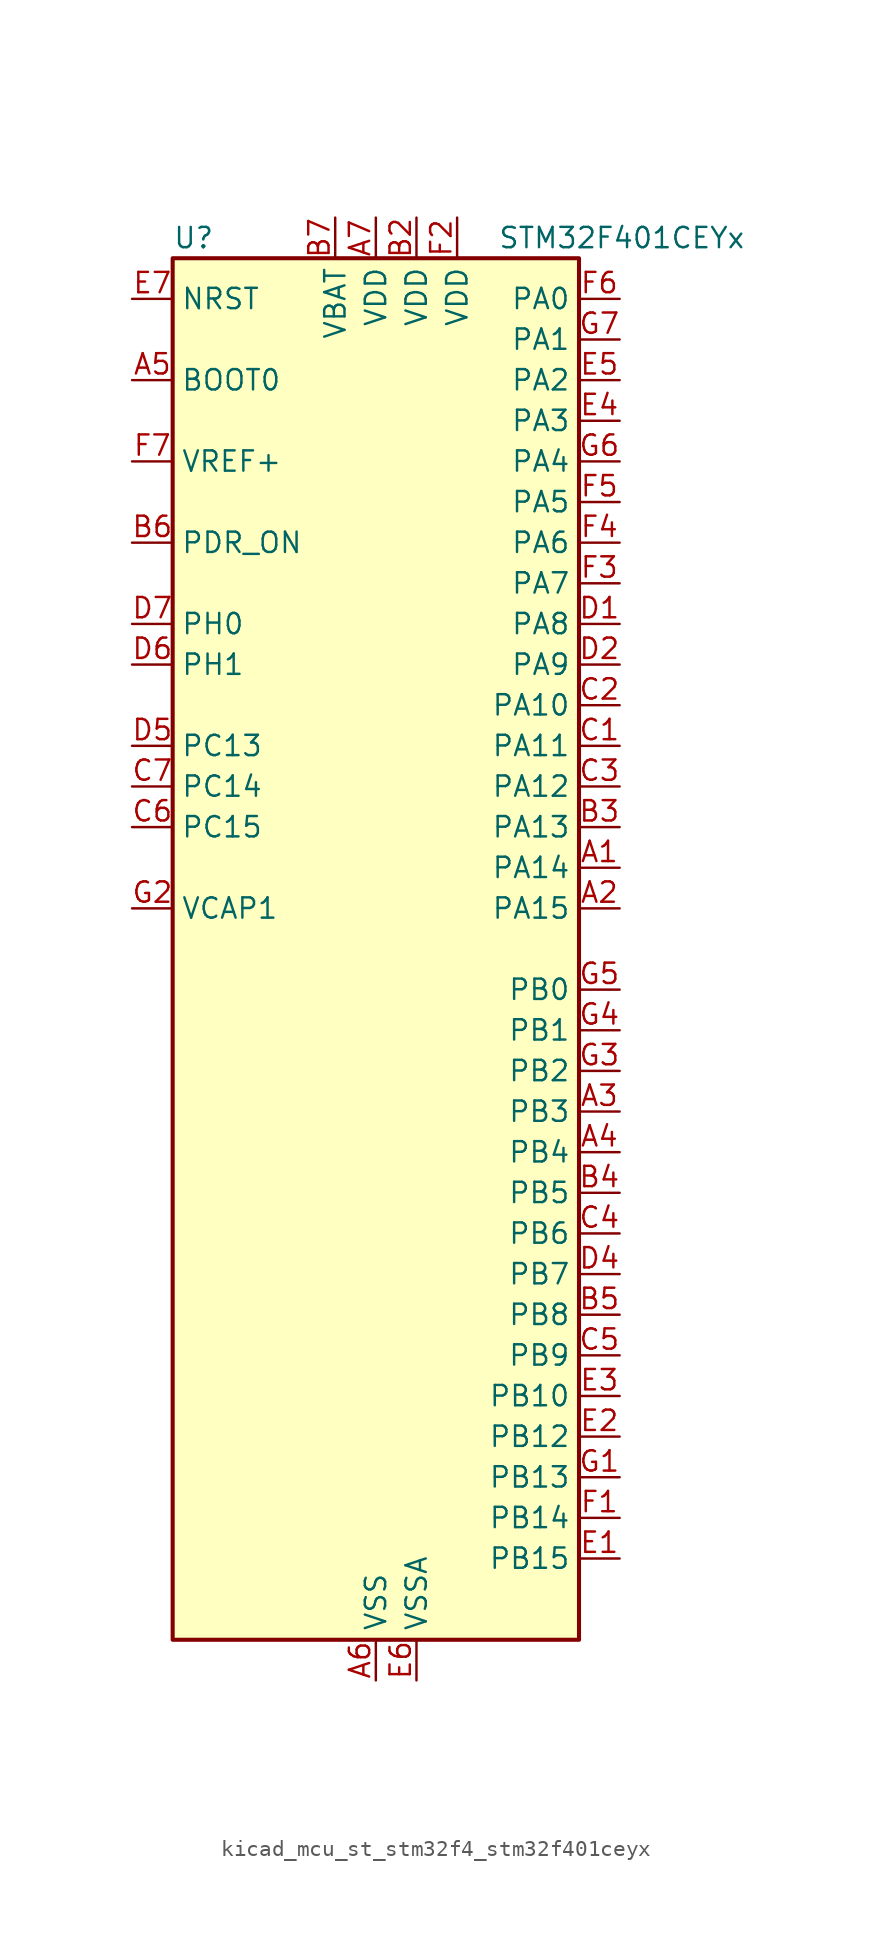
<source format=kicad_sym>
(kicad_symbol_lib
  (version 20220914)
  (generator kicad_symbol_editor)
  (symbol "kicad_mcu_st_stm32f4_stm32f401ceyx"
    (property "Reference" "U"
      (at -12.7 44.45 0)
      (effects (font (size 1.27 1.27)) (justify left)))
    (property "Value" "STM32F401CEYx"
      (at 7.62 44.45 0)
      (effects (font (size 1.27 1.27)) (justify left)))
    (property "ki_locked" ""
      (at 0 0 0)
      (effects (font (size 1.27 1.27))))
    (symbol "kicad_mcu_st_stm32f4_stm32f401ceyx_0_1"
      (rectangle (start -12.7 -43.18) (end 12.7 43.18) (stroke (width 0.254) (type default)) (fill (type background))))
    (symbol "kicad_mcu_st_stm32f4_stm32f401ceyx_1_1"
      (pin bidirectional line (at 15.24 5.08 180) (length 2.54) (name "PA14" (effects (font (size 1.27 1.27)))) (number "A1" (effects (font (size 1.27 1.27)))) (alternate "SYS_JTCK-SWCLK" bidirectional line))
      (pin bidirectional line (at 15.24 2.54 180) (length 2.54) (name "PA15" (effects (font (size 1.27 1.27)))) (number "A2" (effects (font (size 1.27 1.27)))) (alternate "ADC1_EXTI15" bidirectional line) (alternate "I2S3_WS" bidirectional line) (alternate "SPI1_NSS" bidirectional line) (alternate "SPI3_NSS" bidirectional line) (alternate "SYS_JTDI" bidirectional line) (alternate "TIM2_CH1" bidirectional line) (alternate "TIM2_ETR" bidirectional line))
      (pin bidirectional line (at 15.24 -10.16 180) (length 2.54) (name "PB3" (effects (font (size 1.27 1.27)))) (number "A3" (effects (font (size 1.27 1.27)))) (alternate "I2C2_SDA" bidirectional line) (alternate "I2S3_CK" bidirectional line) (alternate "SPI1_SCK" bidirectional line) (alternate "SPI3_SCK" bidirectional line) (alternate "SYS_JTDO-SWO" bidirectional line) (alternate "TIM2_CH2" bidirectional line))
      (pin bidirectional line (at 15.24 -12.7 180) (length 2.54) (name "PB4" (effects (font (size 1.27 1.27)))) (number "A4" (effects (font (size 1.27 1.27)))) (alternate "I2C3_SDA" bidirectional line) (alternate "I2S3_ext_SD" bidirectional line) (alternate "SPI1_MISO" bidirectional line) (alternate "SPI3_MISO" bidirectional line) (alternate "SYS_JTRST" bidirectional line) (alternate "TIM3_CH1" bidirectional line))
      (pin input line (at -15.24 35.56 0) (length 2.54) (name "BOOT0" (effects (font (size 1.27 1.27)))) (number "A5" (effects (font (size 1.27 1.27)))))
      (pin power_in line (at 0 -45.72 90) (length 2.54) (name "VSS" (effects (font (size 1.27 1.27)))) (number "A6" (effects (font (size 1.27 1.27)))))
      (pin power_in line (at 0 45.72 270) (length 2.54) (name "VDD" (effects (font (size 1.27 1.27)))) (number "A7" (effects (font (size 1.27 1.27)))))
      (pin passive line (at 0 -45.72 90) (length 2.54) hide (name "VSS" (effects (font (size 1.27 1.27)))) (number "B1" (effects (font (size 1.27 1.27)))))
      (pin power_in line (at 2.54 45.72 270) (length 2.54) (name "VDD" (effects (font (size 1.27 1.27)))) (number "B2" (effects (font (size 1.27 1.27)))))
      (pin bidirectional line (at 15.24 7.62 180) (length 2.54) (name "PA13" (effects (font (size 1.27 1.27)))) (number "B3" (effects (font (size 1.27 1.27)))) (alternate "SYS_JTMS-SWDIO" bidirectional line))
      (pin bidirectional line (at 15.24 -15.24 180) (length 2.54) (name "PB5" (effects (font (size 1.27 1.27)))) (number "B4" (effects (font (size 1.27 1.27)))) (alternate "I2C1_SMBA" bidirectional line) (alternate "I2S3_SD" bidirectional line) (alternate "SPI1_MOSI" bidirectional line) (alternate "SPI3_MOSI" bidirectional line) (alternate "TIM3_CH2" bidirectional line))
      (pin bidirectional line (at 15.24 -22.86 180) (length 2.54) (name "PB8" (effects (font (size 1.27 1.27)))) (number "B5" (effects (font (size 1.27 1.27)))) (alternate "I2C1_SCL" bidirectional line) (alternate "TIM10_CH1" bidirectional line) (alternate "TIM4_CH3" bidirectional line))
      (pin input line (at -15.24 25.4 0) (length 2.54) (name "PDR_ON" (effects (font (size 1.27 1.27)))) (number "B6" (effects (font (size 1.27 1.27)))))
      (pin power_in line (at -2.54 45.72 270) (length 2.54) (name "VBAT" (effects (font (size 1.27 1.27)))) (number "B7" (effects (font (size 1.27 1.27)))))
      (pin bidirectional line (at 15.24 12.7 180) (length 2.54) (name "PA11" (effects (font (size 1.27 1.27)))) (number "C1" (effects (font (size 1.27 1.27)))) (alternate "ADC1_EXTI11" bidirectional line) (alternate "TIM1_CH4" bidirectional line) (alternate "USART1_CTS" bidirectional line) (alternate "USART6_TX" bidirectional line) (alternate "USB_OTG_FS_DM" bidirectional line))
      (pin bidirectional line (at 15.24 15.24 180) (length 2.54) (name "PA10" (effects (font (size 1.27 1.27)))) (number "C2" (effects (font (size 1.27 1.27)))) (alternate "TIM1_CH3" bidirectional line) (alternate "USART1_RX" bidirectional line) (alternate "USB_OTG_FS_ID" bidirectional line))
      (pin bidirectional line (at 15.24 10.16 180) (length 2.54) (name "PA12" (effects (font (size 1.27 1.27)))) (number "C3" (effects (font (size 1.27 1.27)))) (alternate "TIM1_ETR" bidirectional line) (alternate "USART1_RTS" bidirectional line) (alternate "USART6_RX" bidirectional line) (alternate "USB_OTG_FS_DP" bidirectional line))
      (pin bidirectional line (at 15.24 -17.78 180) (length 2.54) (name "PB6" (effects (font (size 1.27 1.27)))) (number "C4" (effects (font (size 1.27 1.27)))) (alternate "I2C1_SCL" bidirectional line) (alternate "TIM4_CH1" bidirectional line) (alternate "USART1_TX" bidirectional line))
      (pin bidirectional line (at 15.24 -25.4 180) (length 2.54) (name "PB9" (effects (font (size 1.27 1.27)))) (number "C5" (effects (font (size 1.27 1.27)))) (alternate "I2C1_SDA" bidirectional line) (alternate "I2S2_WS" bidirectional line) (alternate "SPI2_NSS" bidirectional line) (alternate "TIM11_CH1" bidirectional line) (alternate "TIM4_CH4" bidirectional line))
      (pin bidirectional line (at -15.24 7.62 0) (length 2.54) (name "PC15" (effects (font (size 1.27 1.27)))) (number "C6" (effects (font (size 1.27 1.27)))) (alternate "ADC1_EXTI15" bidirectional line) (alternate "RCC_OSC32_OUT" bidirectional line))
      (pin bidirectional line (at -15.24 10.16 0) (length 2.54) (name "PC14" (effects (font (size 1.27 1.27)))) (number "C7" (effects (font (size 1.27 1.27)))) (alternate "RCC_OSC32_IN" bidirectional line))
      (pin bidirectional line (at 15.24 20.32 180) (length 2.54) (name "PA8" (effects (font (size 1.27 1.27)))) (number "D1" (effects (font (size 1.27 1.27)))) (alternate "I2C3_SCL" bidirectional line) (alternate "RCC_MCO_1" bidirectional line) (alternate "TIM1_CH1" bidirectional line) (alternate "USART1_CK" bidirectional line) (alternate "USB_OTG_FS_SOF" bidirectional line))
      (pin bidirectional line (at 15.24 17.78 180) (length 2.54) (name "PA9" (effects (font (size 1.27 1.27)))) (number "D2" (effects (font (size 1.27 1.27)))) (alternate "I2C3_SMBA" bidirectional line) (alternate "TIM1_CH2" bidirectional line) (alternate "USART1_TX" bidirectional line) (alternate "USB_OTG_FS_VBUS" bidirectional line))
      (pin passive line (at 0 -45.72 90) (length 2.54) hide (name "VSS" (effects (font (size 1.27 1.27)))) (number "D3" (effects (font (size 1.27 1.27)))))
      (pin bidirectional line (at 15.24 -20.32 180) (length 2.54) (name "PB7" (effects (font (size 1.27 1.27)))) (number "D4" (effects (font (size 1.27 1.27)))) (alternate "I2C1_SDA" bidirectional line) (alternate "TIM4_CH2" bidirectional line) (alternate "USART1_RX" bidirectional line))
      (pin bidirectional line (at -15.24 12.7 0) (length 2.54) (name "PC13" (effects (font (size 1.27 1.27)))) (number "D5" (effects (font (size 1.27 1.27)))) (alternate "RTC_AF1" bidirectional line))
      (pin bidirectional line (at -15.24 17.78 0) (length 2.54) (name "PH1" (effects (font (size 1.27 1.27)))) (number "D6" (effects (font (size 1.27 1.27)))) (alternate "RCC_OSC_OUT" bidirectional line))
      (pin bidirectional line (at -15.24 20.32 0) (length 2.54) (name "PH0" (effects (font (size 1.27 1.27)))) (number "D7" (effects (font (size 1.27 1.27)))) (alternate "RCC_OSC_IN" bidirectional line))
      (pin bidirectional line (at 15.24 -38.1 180) (length 2.54) (name "PB15" (effects (font (size 1.27 1.27)))) (number "E1" (effects (font (size 1.27 1.27)))) (alternate "ADC1_EXTI15" bidirectional line) (alternate "I2S2_SD" bidirectional line) (alternate "RTC_REFIN" bidirectional line) (alternate "SPI2_MOSI" bidirectional line) (alternate "TIM1_CH3N" bidirectional line))
      (pin bidirectional line (at 15.24 -30.48 180) (length 2.54) (name "PB12" (effects (font (size 1.27 1.27)))) (number "E2" (effects (font (size 1.27 1.27)))) (alternate "I2C2_SMBA" bidirectional line) (alternate "I2S2_WS" bidirectional line) (alternate "SPI2_NSS" bidirectional line) (alternate "TIM1_BKIN" bidirectional line))
      (pin bidirectional line (at 15.24 -27.94 180) (length 2.54) (name "PB10" (effects (font (size 1.27 1.27)))) (number "E3" (effects (font (size 1.27 1.27)))) (alternate "I2C2_SCL" bidirectional line) (alternate "I2S2_CK" bidirectional line) (alternate "SPI2_SCK" bidirectional line) (alternate "TIM2_CH3" bidirectional line))
      (pin bidirectional line (at 15.24 33.02 180) (length 2.54) (name "PA3" (effects (font (size 1.27 1.27)))) (number "E4" (effects (font (size 1.27 1.27)))) (alternate "ADC1_IN3" bidirectional line) (alternate "TIM2_CH4" bidirectional line) (alternate "TIM5_CH4" bidirectional line) (alternate "TIM9_CH2" bidirectional line) (alternate "USART2_RX" bidirectional line))
      (pin bidirectional line (at 15.24 35.56 180) (length 2.54) (name "PA2" (effects (font (size 1.27 1.27)))) (number "E5" (effects (font (size 1.27 1.27)))) (alternate "ADC1_IN2" bidirectional line) (alternate "TIM2_CH3" bidirectional line) (alternate "TIM5_CH3" bidirectional line) (alternate "TIM9_CH1" bidirectional line) (alternate "USART2_TX" bidirectional line))
      (pin power_in line (at 2.54 -45.72 90) (length 2.54) (name "VSSA" (effects (font (size 1.27 1.27)))) (number "E6" (effects (font (size 1.27 1.27)))))
      (pin input line (at -15.24 40.64 0) (length 2.54) (name "NRST" (effects (font (size 1.27 1.27)))) (number "E7" (effects (font (size 1.27 1.27)))))
      (pin bidirectional line (at 15.24 -35.56 180) (length 2.54) (name "PB14" (effects (font (size 1.27 1.27)))) (number "F1" (effects (font (size 1.27 1.27)))) (alternate "I2S2_ext_SD" bidirectional line) (alternate "SPI2_MISO" bidirectional line) (alternate "TIM1_CH2N" bidirectional line))
      (pin power_in line (at 5.08 45.72 270) (length 2.54) (name "VDD" (effects (font (size 1.27 1.27)))) (number "F2" (effects (font (size 1.27 1.27)))))
      (pin bidirectional line (at 15.24 22.86 180) (length 2.54) (name "PA7" (effects (font (size 1.27 1.27)))) (number "F3" (effects (font (size 1.27 1.27)))) (alternate "ADC1_IN7" bidirectional line) (alternate "SPI1_MOSI" bidirectional line) (alternate "TIM1_CH1N" bidirectional line) (alternate "TIM3_CH2" bidirectional line))
      (pin bidirectional line (at 15.24 25.4 180) (length 2.54) (name "PA6" (effects (font (size 1.27 1.27)))) (number "F4" (effects (font (size 1.27 1.27)))) (alternate "ADC1_IN6" bidirectional line) (alternate "SPI1_MISO" bidirectional line) (alternate "TIM1_BKIN" bidirectional line) (alternate "TIM3_CH1" bidirectional line))
      (pin bidirectional line (at 15.24 27.94 180) (length 2.54) (name "PA5" (effects (font (size 1.27 1.27)))) (number "F5" (effects (font (size 1.27 1.27)))) (alternate "ADC1_IN5" bidirectional line) (alternate "SPI1_SCK" bidirectional line) (alternate "TIM2_CH1" bidirectional line) (alternate "TIM2_ETR" bidirectional line))
      (pin bidirectional line (at 15.24 40.64 180) (length 2.54) (name "PA0" (effects (font (size 1.27 1.27)))) (number "F6" (effects (font (size 1.27 1.27)))) (alternate "ADC1_IN0" bidirectional line) (alternate "SYS_WKUP" bidirectional line) (alternate "TIM2_CH1" bidirectional line) (alternate "TIM2_ETR" bidirectional line) (alternate "TIM5_CH1" bidirectional line) (alternate "USART2_CTS" bidirectional line))
      (pin input line (at -15.24 30.48 0) (length 2.54) (name "VREF+" (effects (font (size 1.27 1.27)))) (number "F7" (effects (font (size 1.27 1.27)))))
      (pin bidirectional line (at 15.24 -33.02 180) (length 2.54) (name "PB13" (effects (font (size 1.27 1.27)))) (number "G1" (effects (font (size 1.27 1.27)))) (alternate "I2S2_CK" bidirectional line) (alternate "SPI2_SCK" bidirectional line) (alternate "TIM1_CH1N" bidirectional line))
      (pin power_out line (at -15.24 2.54 0) (length 2.54) (name "VCAP1" (effects (font (size 1.27 1.27)))) (number "G2" (effects (font (size 1.27 1.27)))))
      (pin bidirectional line (at 15.24 -7.62 180) (length 2.54) (name "PB2" (effects (font (size 1.27 1.27)))) (number "G3" (effects (font (size 1.27 1.27)))))
      (pin bidirectional line (at 15.24 -5.08 180) (length 2.54) (name "PB1" (effects (font (size 1.27 1.27)))) (number "G4" (effects (font (size 1.27 1.27)))) (alternate "ADC1_IN9" bidirectional line) (alternate "TIM1_CH3N" bidirectional line) (alternate "TIM3_CH4" bidirectional line))
      (pin bidirectional line (at 15.24 -2.54 180) (length 2.54) (name "PB0" (effects (font (size 1.27 1.27)))) (number "G5" (effects (font (size 1.27 1.27)))) (alternate "ADC1_IN8" bidirectional line) (alternate "TIM1_CH2N" bidirectional line) (alternate "TIM3_CH3" bidirectional line))
      (pin bidirectional line (at 15.24 30.48 180) (length 2.54) (name "PA4" (effects (font (size 1.27 1.27)))) (number "G6" (effects (font (size 1.27 1.27)))) (alternate "ADC1_IN4" bidirectional line) (alternate "I2S3_WS" bidirectional line) (alternate "SPI1_NSS" bidirectional line) (alternate "SPI3_NSS" bidirectional line) (alternate "USART2_CK" bidirectional line))
      (pin bidirectional line (at 15.24 38.1 180) (length 2.54) (name "PA1" (effects (font (size 1.27 1.27)))) (number "G7" (effects (font (size 1.27 1.27)))) (alternate "ADC1_IN1" bidirectional line) (alternate "TIM2_CH2" bidirectional line) (alternate "TIM5_CH2" bidirectional line) (alternate "USART2_RTS" bidirectional line)))))
</source>
